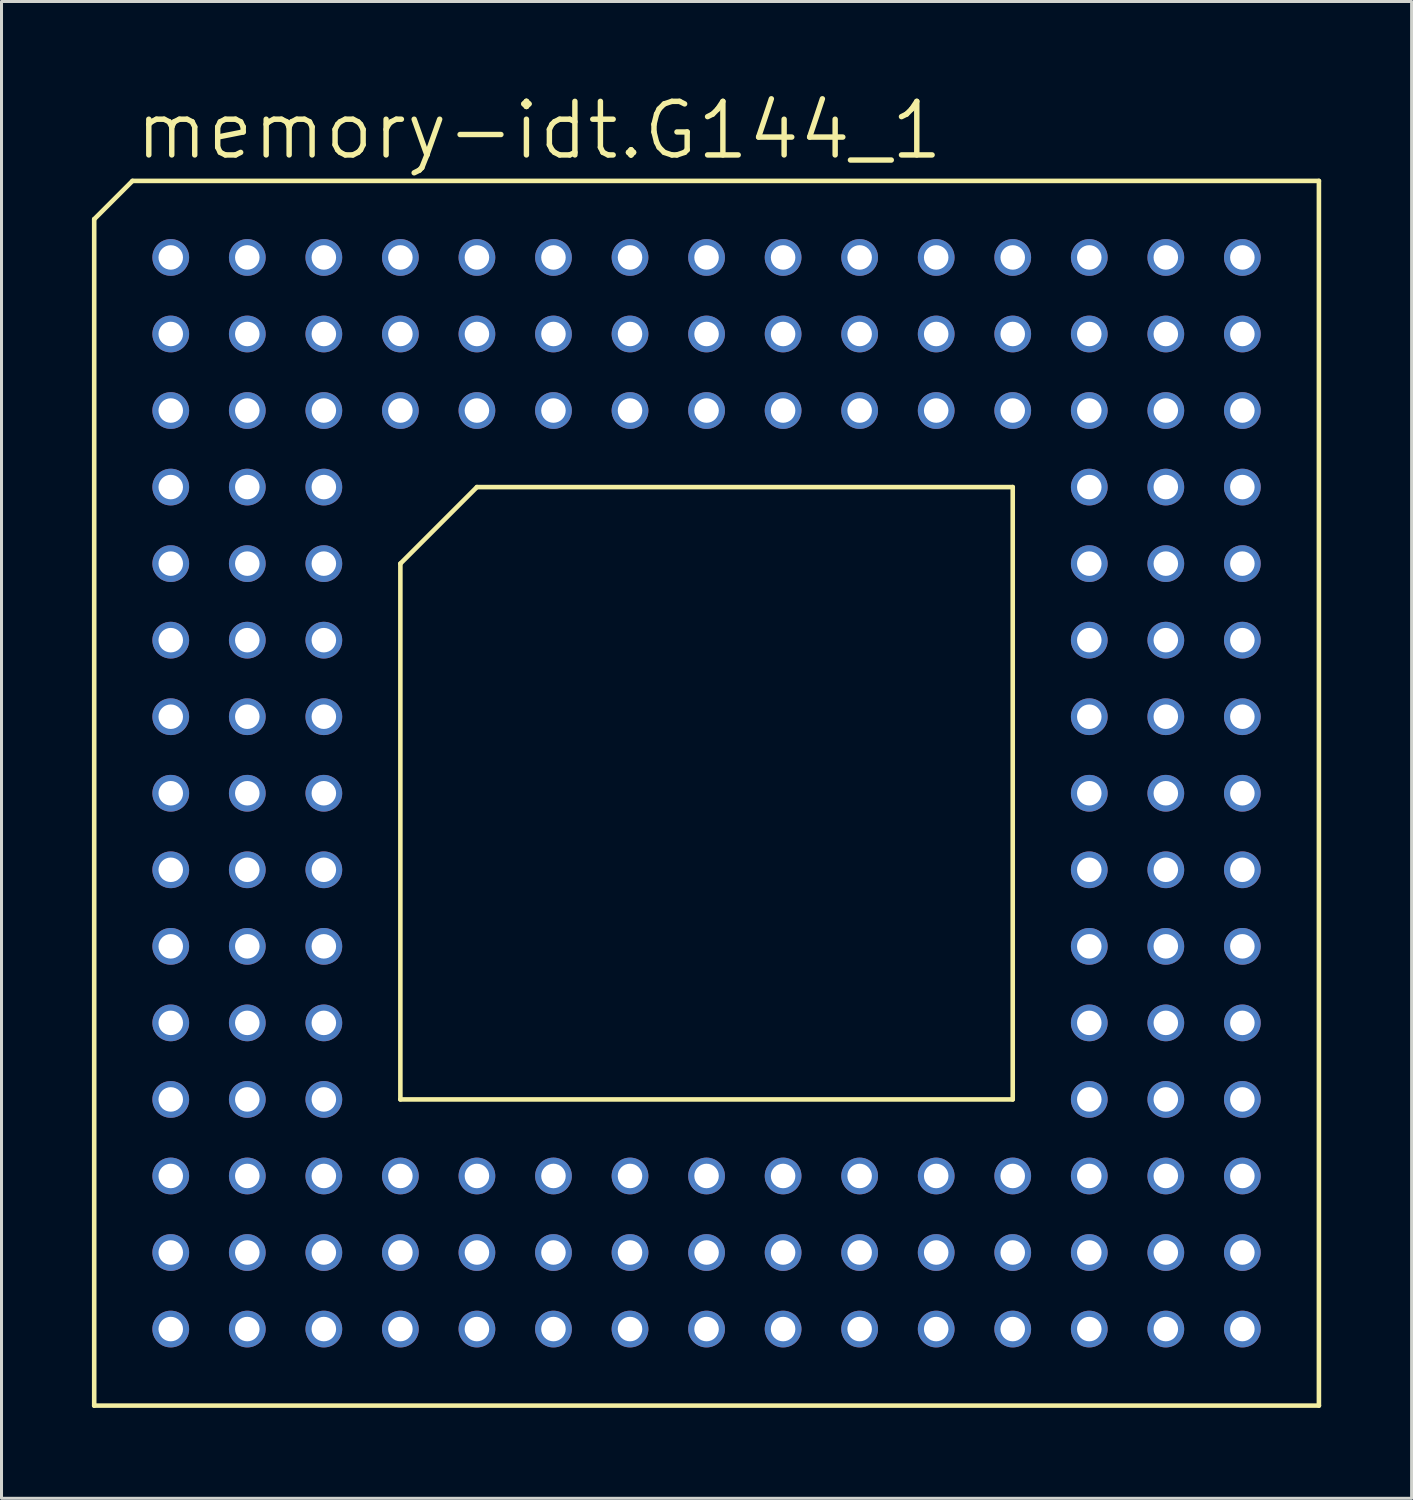
<source format=kicad_pcb>
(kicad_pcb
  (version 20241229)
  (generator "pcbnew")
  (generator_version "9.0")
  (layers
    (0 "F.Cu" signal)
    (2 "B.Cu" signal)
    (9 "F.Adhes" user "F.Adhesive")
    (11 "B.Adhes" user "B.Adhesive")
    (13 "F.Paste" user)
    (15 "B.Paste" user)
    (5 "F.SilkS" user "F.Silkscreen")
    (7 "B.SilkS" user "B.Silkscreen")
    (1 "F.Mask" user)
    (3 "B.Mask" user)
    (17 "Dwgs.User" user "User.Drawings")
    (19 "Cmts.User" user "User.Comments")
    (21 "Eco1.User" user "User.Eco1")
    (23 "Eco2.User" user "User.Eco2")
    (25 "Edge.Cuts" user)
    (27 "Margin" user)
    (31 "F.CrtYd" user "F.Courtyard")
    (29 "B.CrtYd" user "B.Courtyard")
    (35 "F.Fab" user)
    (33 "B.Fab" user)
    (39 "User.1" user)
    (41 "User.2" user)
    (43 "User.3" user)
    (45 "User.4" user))
  (footprint "memory-idt.G144_1"
    (layer "F.Cu")
    (at 20.396 23.273)
    (property "Reference" "memory-idt.G144_1" (at -19.05 -20.955 0) (layer "F.SilkS") (effects (font (size 1.778 1.778) (thickness 0.18)) (justify left bottom)))
    (attr through_hole)
    (fp_line (start -20.32 -19.05) (end -19.05 -20.32) (stroke (width 0.152) (type default)) (layer "F.SilkS"))
    (fp_line (start -20.32 20.32) (end -20.32 -19.05) (stroke (width 0.152) (type default)) (layer "F.SilkS"))
    (fp_line (start -19.05 -20.32) (end 20.32 -20.32) (stroke (width 0.152) (type default)) (layer "F.SilkS"))
    (fp_line (start -10.16 -7.62) (end -7.62 -10.16) (stroke (width 0.152) (type default)) (layer "F.SilkS"))
    (fp_line (start -10.16 10.16) (end -10.16 -7.62) (stroke (width 0.152) (type default)) (layer "F.SilkS"))
    (fp_line (start -7.62 -10.16) (end 10.16 -10.16) (stroke (width 0.152) (type default)) (layer "F.SilkS"))
    (fp_line (start 10.16 -10.16) (end 10.16 10.16) (stroke (width 0.152) (type default)) (layer "F.SilkS"))
    (fp_line (start 10.16 10.16) (end -10.16 10.16) (stroke (width 0.152) (type default)) (layer "F.SilkS"))
    (fp_line (start 20.32 -20.32) (end 20.32 20.32) (stroke (width 0.152) (type default)) (layer "F.SilkS"))
    (fp_line (start 20.32 20.32) (end -20.32 20.32) (stroke (width 0.152) (type default)) (layer "F.SilkS"))
    (pad "A1" thru_hole circle (at -17.78 -17.78) (size 1.219 1.219) (drill 0.813) (layers "*.Cu" "*.Mask"))
    (pad "A2" thru_hole circle (at -15.24 -17.78) (size 1.219 1.219) (drill 0.813) (layers "*.Cu" "*.Mask"))
    (pad "A3" thru_hole circle (at -12.7 -17.78) (size 1.219 1.219) (drill 0.813) (layers "*.Cu" "*.Mask"))
    (pad "A4" thru_hole circle (at -10.16 -17.78) (size 1.219 1.219) (drill 0.813) (layers "*.Cu" "*.Mask"))
    (pad "A5" thru_hole circle (at -7.62 -17.78) (size 1.219 1.219) (drill 0.813) (layers "*.Cu" "*.Mask"))
    (pad "A6" thru_hole circle (at -5.08 -17.78) (size 1.219 1.219) (drill 0.813) (layers "*.Cu" "*.Mask"))
    (pad "A7" thru_hole circle (at -2.54 -17.78) (size 1.219 1.219) (drill 0.813) (layers "*.Cu" "*.Mask"))
    (pad "A8" thru_hole circle (at 0 -17.78) (size 1.219 1.219) (drill 0.813) (layers "*.Cu" "*.Mask"))
    (pad "A9" thru_hole circle (at 2.54 -17.78) (size 1.219 1.219) (drill 0.813) (layers "*.Cu" "*.Mask"))
    (pad "A10" thru_hole circle (at 5.08 -17.78) (size 1.219 1.219) (drill 0.813) (layers "*.Cu" "*.Mask"))
    (pad "A11" thru_hole circle (at 7.62 -17.78) (size 1.219 1.219) (drill 0.813) (layers "*.Cu" "*.Mask"))
    (pad "A12" thru_hole circle (at 10.16 -17.78) (size 1.219 1.219) (drill 0.813) (layers "*.Cu" "*.Mask"))
    (pad "A13" thru_hole circle (at 12.7 -17.78) (size 1.219 1.219) (drill 0.813) (layers "*.Cu" "*.Mask"))
    (pad "A14" thru_hole circle (at 15.24 -17.78) (size 1.219 1.219) (drill 0.813) (layers "*.Cu" "*.Mask"))
    (pad "A15" thru_hole circle (at 17.78 -17.78) (size 1.219 1.219) (drill 0.813) (layers "*.Cu" "*.Mask"))
    (pad "B1" thru_hole circle (at -17.78 -15.24) (size 1.219 1.219) (drill 0.813) (layers "*.Cu" "*.Mask"))
    (pad "B2" thru_hole circle (at -15.24 -15.24) (size 1.219 1.219) (drill 0.813) (layers "*.Cu" "*.Mask"))
    (pad "B3" thru_hole circle (at -12.7 -15.24) (size 1.219 1.219) (drill 0.813) (layers "*.Cu" "*.Mask"))
    (pad "B4" thru_hole circle (at -10.16 -15.24) (size 1.219 1.219) (drill 0.813) (layers "*.Cu" "*.Mask"))
    (pad "B5" thru_hole circle (at -7.62 -15.24) (size 1.219 1.219) (drill 0.813) (layers "*.Cu" "*.Mask"))
    (pad "B6" thru_hole circle (at -5.08 -15.24) (size 1.219 1.219) (drill 0.813) (layers "*.Cu" "*.Mask"))
    (pad "B7" thru_hole circle (at -2.54 -15.24) (size 1.219 1.219) (drill 0.813) (layers "*.Cu" "*.Mask"))
    (pad "B8" thru_hole circle (at 0 -15.24) (size 1.219 1.219) (drill 0.813) (layers "*.Cu" "*.Mask"))
    (pad "B9" thru_hole circle (at 2.54 -15.24) (size 1.219 1.219) (drill 0.813) (layers "*.Cu" "*.Mask"))
    (pad "B10" thru_hole circle (at 5.08 -15.24) (size 1.219 1.219) (drill 0.813) (layers "*.Cu" "*.Mask"))
    (pad "B11" thru_hole circle (at 7.62 -15.24) (size 1.219 1.219) (drill 0.813) (layers "*.Cu" "*.Mask"))
    (pad "B12" thru_hole circle (at 10.16 -15.24) (size 1.219 1.219) (drill 0.813) (layers "*.Cu" "*.Mask"))
    (pad "B13" thru_hole circle (at 12.7 -15.24) (size 1.219 1.219) (drill 0.813) (layers "*.Cu" "*.Mask"))
    (pad "B14" thru_hole circle (at 15.24 -15.24) (size 1.219 1.219) (drill 0.813) (layers "*.Cu" "*.Mask"))
    (pad "B15" thru_hole circle (at 17.78 -15.24) (size 1.219 1.219) (drill 0.813) (layers "*.Cu" "*.Mask"))
    (pad "C1" thru_hole circle (at -17.78 -12.7) (size 1.219 1.219) (drill 0.813) (layers "*.Cu" "*.Mask"))
    (pad "C2" thru_hole circle (at -15.24 -12.7) (size 1.219 1.219) (drill 0.813) (layers "*.Cu" "*.Mask"))
    (pad "C3" thru_hole circle (at -12.7 -12.7) (size 1.219 1.219) (drill 0.813) (layers "*.Cu" "*.Mask"))
    (pad "C4" thru_hole circle (at -10.16 -12.7) (size 1.219 1.219) (drill 0.813) (layers "*.Cu" "*.Mask"))
    (pad "C5" thru_hole circle (at -7.62 -12.7) (size 1.219 1.219) (drill 0.813) (layers "*.Cu" "*.Mask"))
    (pad "C6" thru_hole circle (at -5.08 -12.7) (size 1.219 1.219) (drill 0.813) (layers "*.Cu" "*.Mask"))
    (pad "C7" thru_hole circle (at -2.54 -12.7) (size 1.219 1.219) (drill 0.813) (layers "*.Cu" "*.Mask"))
    (pad "C8" thru_hole circle (at 0 -12.7) (size 1.219 1.219) (drill 0.813) (layers "*.Cu" "*.Mask"))
    (pad "C9" thru_hole circle (at 2.54 -12.7) (size 1.219 1.219) (drill 0.813) (layers "*.Cu" "*.Mask"))
    (pad "C10" thru_hole circle (at 5.08 -12.7) (size 1.219 1.219) (drill 0.813) (layers "*.Cu" "*.Mask"))
    (pad "C11" thru_hole circle (at 7.62 -12.7) (size 1.219 1.219) (drill 0.813) (layers "*.Cu" "*.Mask"))
    (pad "C12" thru_hole circle (at 10.16 -12.7) (size 1.219 1.219) (drill 0.813) (layers "*.Cu" "*.Mask"))
    (pad "C13" thru_hole circle (at 12.7 -12.7) (size 1.219 1.219) (drill 0.813) (layers "*.Cu" "*.Mask"))
    (pad "C14" thru_hole circle (at 15.24 -12.7) (size 1.219 1.219) (drill 0.813) (layers "*.Cu" "*.Mask"))
    (pad "C15" thru_hole circle (at 17.78 -12.7) (size 1.219 1.219) (drill 0.813) (layers "*.Cu" "*.Mask"))
    (pad "D1" thru_hole circle (at -17.78 -10.16) (size 1.219 1.219) (drill 0.813) (layers "*.Cu" "*.Mask"))
    (pad "D2" thru_hole circle (at -15.24 -10.16) (size 1.219 1.219) (drill 0.813) (layers "*.Cu" "*.Mask"))
    (pad "D3" thru_hole circle (at -12.7 -10.16) (size 1.219 1.219) (drill 0.813) (layers "*.Cu" "*.Mask"))
    (pad "D13" thru_hole circle (at 12.7 -10.16) (size 1.219 1.219) (drill 0.813) (layers "*.Cu" "*.Mask"))
    (pad "D14" thru_hole circle (at 15.24 -10.16) (size 1.219 1.219) (drill 0.813) (layers "*.Cu" "*.Mask"))
    (pad "D15" thru_hole circle (at 17.78 -10.16) (size 1.219 1.219) (drill 0.813) (layers "*.Cu" "*.Mask"))
    (pad "E1" thru_hole circle (at -17.78 -7.62) (size 1.219 1.219) (drill 0.813) (layers "*.Cu" "*.Mask"))
    (pad "E2" thru_hole circle (at -15.24 -7.62) (size 1.219 1.219) (drill 0.813) (layers "*.Cu" "*.Mask"))
    (pad "E3" thru_hole circle (at -12.7 -7.62) (size 1.219 1.219) (drill 0.813) (layers "*.Cu" "*.Mask"))
    (pad "E13" thru_hole circle (at 12.7 -7.62) (size 1.219 1.219) (drill 0.813) (layers "*.Cu" "*.Mask"))
    (pad "E14" thru_hole circle (at 15.24 -7.62) (size 1.219 1.219) (drill 0.813) (layers "*.Cu" "*.Mask"))
    (pad "E15" thru_hole circle (at 17.78 -7.62) (size 1.219 1.219) (drill 0.813) (layers "*.Cu" "*.Mask"))
    (pad "F1" thru_hole circle (at -17.78 -5.08) (size 1.219 1.219) (drill 0.813) (layers "*.Cu" "*.Mask"))
    (pad "F2" thru_hole circle (at -15.24 -5.08) (size 1.219 1.219) (drill 0.813) (layers "*.Cu" "*.Mask"))
    (pad "F3" thru_hole circle (at -12.7 -5.08) (size 1.219 1.219) (drill 0.813) (layers "*.Cu" "*.Mask"))
    (pad "F13" thru_hole circle (at 12.7 -5.08) (size 1.219 1.219) (drill 0.813) (layers "*.Cu" "*.Mask"))
    (pad "F14" thru_hole circle (at 15.24 -5.08) (size 1.219 1.219) (drill 0.813) (layers "*.Cu" "*.Mask"))
    (pad "F15" thru_hole circle (at 17.78 -5.08) (size 1.219 1.219) (drill 0.813) (layers "*.Cu" "*.Mask"))
    (pad "G1" thru_hole circle (at -17.78 -2.54) (size 1.219 1.219) (drill 0.813) (layers "*.Cu" "*.Mask"))
    (pad "G2" thru_hole circle (at -15.24 -2.54) (size 1.219 1.219) (drill 0.813) (layers "*.Cu" "*.Mask"))
    (pad "G3" thru_hole circle (at -12.7 -2.54) (size 1.219 1.219) (drill 0.813) (layers "*.Cu" "*.Mask"))
    (pad "G13" thru_hole circle (at 12.7 -2.54) (size 1.219 1.219) (drill 0.813) (layers "*.Cu" "*.Mask"))
    (pad "G14" thru_hole circle (at 15.24 -2.54) (size 1.219 1.219) (drill 0.813) (layers "*.Cu" "*.Mask"))
    (pad "G15" thru_hole circle (at 17.78 -2.54) (size 1.219 1.219) (drill 0.813) (layers "*.Cu" "*.Mask"))
    (pad "H1" thru_hole circle (at -17.78 0) (size 1.219 1.219) (drill 0.813) (layers "*.Cu" "*.Mask"))
    (pad "H2" thru_hole circle (at -15.24 0) (size 1.219 1.219) (drill 0.813) (layers "*.Cu" "*.Mask"))
    (pad "H3" thru_hole circle (at -12.7 0) (size 1.219 1.219) (drill 0.813) (layers "*.Cu" "*.Mask"))
    (pad "H13" thru_hole circle (at 12.7 0) (size 1.219 1.219) (drill 0.813) (layers "*.Cu" "*.Mask"))
    (pad "H14" thru_hole circle (at 15.24 0) (size 1.219 1.219) (drill 0.813) (layers "*.Cu" "*.Mask"))
    (pad "H15" thru_hole circle (at 17.78 0) (size 1.219 1.219) (drill 0.813) (layers "*.Cu" "*.Mask"))
    (pad "J1" thru_hole circle (at -17.78 2.54) (size 1.219 1.219) (drill 0.813) (layers "*.Cu" "*.Mask"))
    (pad "J2" thru_hole circle (at -15.24 2.54) (size 1.219 1.219) (drill 0.813) (layers "*.Cu" "*.Mask"))
    (pad "J3" thru_hole circle (at -12.7 2.54) (size 1.219 1.219) (drill 0.813) (layers "*.Cu" "*.Mask"))
    (pad "J13" thru_hole circle (at 12.7 2.54) (size 1.219 1.219) (drill 0.813) (layers "*.Cu" "*.Mask"))
    (pad "J14" thru_hole circle (at 15.24 2.54) (size 1.219 1.219) (drill 0.813) (layers "*.Cu" "*.Mask"))
    (pad "J15" thru_hole circle (at 17.78 2.54) (size 1.219 1.219) (drill 0.813) (layers "*.Cu" "*.Mask"))
    (pad "K1" thru_hole circle (at -17.78 5.08) (size 1.219 1.219) (drill 0.813) (layers "*.Cu" "*.Mask"))
    (pad "K2" thru_hole circle (at -15.24 5.08) (size 1.219 1.219) (drill 0.813) (layers "*.Cu" "*.Mask"))
    (pad "K3" thru_hole circle (at -12.7 5.08) (size 1.219 1.219) (drill 0.813) (layers "*.Cu" "*.Mask"))
    (pad "K13" thru_hole circle (at 12.7 5.08) (size 1.219 1.219) (drill 0.813) (layers "*.Cu" "*.Mask"))
    (pad "K14" thru_hole circle (at 15.24 5.08) (size 1.219 1.219) (drill 0.813) (layers "*.Cu" "*.Mask"))
    (pad "K15" thru_hole circle (at 17.78 5.08) (size 1.219 1.219) (drill 0.813) (layers "*.Cu" "*.Mask"))
    (pad "L1" thru_hole circle (at -17.78 7.62) (size 1.219 1.219) (drill 0.813) (layers "*.Cu" "*.Mask"))
    (pad "L2" thru_hole circle (at -15.24 7.62) (size 1.219 1.219) (drill 0.813) (layers "*.Cu" "*.Mask"))
    (pad "L3" thru_hole circle (at -12.7 7.62) (size 1.219 1.219) (drill 0.813) (layers "*.Cu" "*.Mask"))
    (pad "L13" thru_hole circle (at 12.7 7.62) (size 1.219 1.219) (drill 0.813) (layers "*.Cu" "*.Mask"))
    (pad "L14" thru_hole circle (at 15.24 7.62) (size 1.219 1.219) (drill 0.813) (layers "*.Cu" "*.Mask"))
    (pad "L15" thru_hole circle (at 17.78 7.62) (size 1.219 1.219) (drill 0.813) (layers "*.Cu" "*.Mask"))
    (pad "M1" thru_hole circle (at -17.78 10.16) (size 1.219 1.219) (drill 0.813) (layers "*.Cu" "*.Mask"))
    (pad "M2" thru_hole circle (at -15.24 10.16) (size 1.219 1.219) (drill 0.813) (layers "*.Cu" "*.Mask"))
    (pad "M3" thru_hole circle (at -12.7 10.16) (size 1.219 1.219) (drill 0.813) (layers "*.Cu" "*.Mask"))
    (pad "M13" thru_hole circle (at 12.7 10.16) (size 1.219 1.219) (drill 0.813) (layers "*.Cu" "*.Mask"))
    (pad "M14" thru_hole circle (at 15.24 10.16) (size 1.219 1.219) (drill 0.813) (layers "*.Cu" "*.Mask"))
    (pad "M15" thru_hole circle (at 17.78 10.16) (size 1.219 1.219) (drill 0.813) (layers "*.Cu" "*.Mask"))
    (pad "N1" thru_hole circle (at -17.78 12.7) (size 1.219 1.219) (drill 0.813) (layers "*.Cu" "*.Mask"))
    (pad "N2" thru_hole circle (at -15.24 12.7) (size 1.219 1.219) (drill 0.813) (layers "*.Cu" "*.Mask"))
    (pad "N3" thru_hole circle (at -12.7 12.7) (size 1.219 1.219) (drill 0.813) (layers "*.Cu" "*.Mask"))
    (pad "N4" thru_hole circle (at -10.16 12.7) (size 1.219 1.219) (drill 0.813) (layers "*.Cu" "*.Mask"))
    (pad "N5" thru_hole circle (at -7.62 12.7) (size 1.219 1.219) (drill 0.813) (layers "*.Cu" "*.Mask"))
    (pad "N6" thru_hole circle (at -5.08 12.7) (size 1.219 1.219) (drill 0.813) (layers "*.Cu" "*.Mask"))
    (pad "N7" thru_hole circle (at -2.54 12.7) (size 1.219 1.219) (drill 0.813) (layers "*.Cu" "*.Mask"))
    (pad "N8" thru_hole circle (at 0 12.7) (size 1.219 1.219) (drill 0.813) (layers "*.Cu" "*.Mask"))
    (pad "N9" thru_hole circle (at 2.54 12.7) (size 1.219 1.219) (drill 0.813) (layers "*.Cu" "*.Mask"))
    (pad "N10" thru_hole circle (at 5.08 12.7) (size 1.219 1.219) (drill 0.813) (layers "*.Cu" "*.Mask"))
    (pad "N11" thru_hole circle (at 7.62 12.7) (size 1.219 1.219) (drill 0.813) (layers "*.Cu" "*.Mask"))
    (pad "N12" thru_hole circle (at 10.16 12.7) (size 1.219 1.219) (drill 0.813) (layers "*.Cu" "*.Mask"))
    (pad "N13" thru_hole circle (at 12.7 12.7) (size 1.219 1.219) (drill 0.813) (layers "*.Cu" "*.Mask"))
    (pad "N14" thru_hole circle (at 15.24 12.7) (size 1.219 1.219) (drill 0.813) (layers "*.Cu" "*.Mask"))
    (pad "N15" thru_hole circle (at 17.78 12.7) (size 1.219 1.219) (drill 0.813) (layers "*.Cu" "*.Mask"))
    (pad "P1" thru_hole circle (at -17.78 15.24) (size 1.219 1.219) (drill 0.813) (layers "*.Cu" "*.Mask"))
    (pad "P2" thru_hole circle (at -15.24 15.24) (size 1.219 1.219) (drill 0.813) (layers "*.Cu" "*.Mask"))
    (pad "P3" thru_hole circle (at -12.7 15.24) (size 1.219 1.219) (drill 0.813) (layers "*.Cu" "*.Mask"))
    (pad "P4" thru_hole circle (at -10.16 15.24) (size 1.219 1.219) (drill 0.813) (layers "*.Cu" "*.Mask"))
    (pad "P5" thru_hole circle (at -7.62 15.24) (size 1.219 1.219) (drill 0.813) (layers "*.Cu" "*.Mask"))
    (pad "P6" thru_hole circle (at -5.08 15.24) (size 1.219 1.219) (drill 0.813) (layers "*.Cu" "*.Mask"))
    (pad "P7" thru_hole circle (at -2.54 15.24) (size 1.219 1.219) (drill 0.813) (layers "*.Cu" "*.Mask"))
    (pad "P8" thru_hole circle (at 0 15.24) (size 1.219 1.219) (drill 0.813) (layers "*.Cu" "*.Mask"))
    (pad "P9" thru_hole circle (at 2.54 15.24) (size 1.219 1.219) (drill 0.813) (layers "*.Cu" "*.Mask"))
    (pad "P10" thru_hole circle (at 5.08 15.24) (size 1.219 1.219) (drill 0.813) (layers "*.Cu" "*.Mask"))
    (pad "P11" thru_hole circle (at 7.62 15.24) (size 1.219 1.219) (drill 0.813) (layers "*.Cu" "*.Mask"))
    (pad "P12" thru_hole circle (at 10.16 15.24) (size 1.219 1.219) (drill 0.813) (layers "*.Cu" "*.Mask"))
    (pad "P13" thru_hole circle (at 12.7 15.24) (size 1.219 1.219) (drill 0.813) (layers "*.Cu" "*.Mask"))
    (pad "P14" thru_hole circle (at 15.24 15.24) (size 1.219 1.219) (drill 0.813) (layers "*.Cu" "*.Mask"))
    (pad "P15" thru_hole circle (at 17.78 15.24) (size 1.219 1.219) (drill 0.813) (layers "*.Cu" "*.Mask"))
    (pad "R1" thru_hole circle (at -17.78 17.78) (size 1.219 1.219) (drill 0.813) (layers "*.Cu" "*.Mask"))
    (pad "R2" thru_hole circle (at -15.24 17.78) (size 1.219 1.219) (drill 0.813) (layers "*.Cu" "*.Mask"))
    (pad "R3" thru_hole circle (at -12.7 17.78) (size 1.219 1.219) (drill 0.813) (layers "*.Cu" "*.Mask"))
    (pad "R4" thru_hole circle (at -10.16 17.78) (size 1.219 1.219) (drill 0.813) (layers "*.Cu" "*.Mask"))
    (pad "R5" thru_hole circle (at -7.62 17.78) (size 1.219 1.219) (drill 0.813) (layers "*.Cu" "*.Mask"))
    (pad "R6" thru_hole circle (at -5.08 17.78) (size 1.219 1.219) (drill 0.813) (layers "*.Cu" "*.Mask"))
    (pad "R7" thru_hole circle (at -2.54 17.78) (size 1.219 1.219) (drill 0.813) (layers "*.Cu" "*.Mask"))
    (pad "R8" thru_hole circle (at 0 17.78) (size 1.219 1.219) (drill 0.813) (layers "*.Cu" "*.Mask"))
    (pad "R9" thru_hole circle (at 2.54 17.78) (size 1.219 1.219) (drill 0.813) (layers "*.Cu" "*.Mask"))
    (pad "R10" thru_hole circle (at 5.08 17.78) (size 1.219 1.219) (drill 0.813) (layers "*.Cu" "*.Mask"))
    (pad "R11" thru_hole circle (at 7.62 17.78) (size 1.219 1.219) (drill 0.813) (layers "*.Cu" "*.Mask"))
    (pad "R12" thru_hole circle (at 10.16 17.78) (size 1.219 1.219) (drill 0.813) (layers "*.Cu" "*.Mask"))
    (pad "R13" thru_hole circle (at 12.7 17.78) (size 1.219 1.219) (drill 0.813) (layers "*.Cu" "*.Mask"))
    (pad "R14" thru_hole circle (at 15.24 17.78) (size 1.219 1.219) (drill 0.813) (layers "*.Cu" "*.Mask"))
    (pad "R15" thru_hole circle (at 17.78 17.78) (size 1.219 1.219) (drill 0.813) (layers "*.Cu" "*.Mask")))
  (gr_rect
    (start -3 -3)
    (end 43.792 46.669)
    (stroke (width 0.1) (type default))
    (fill no)
    (layer "Edge.Cuts")))
</source>
